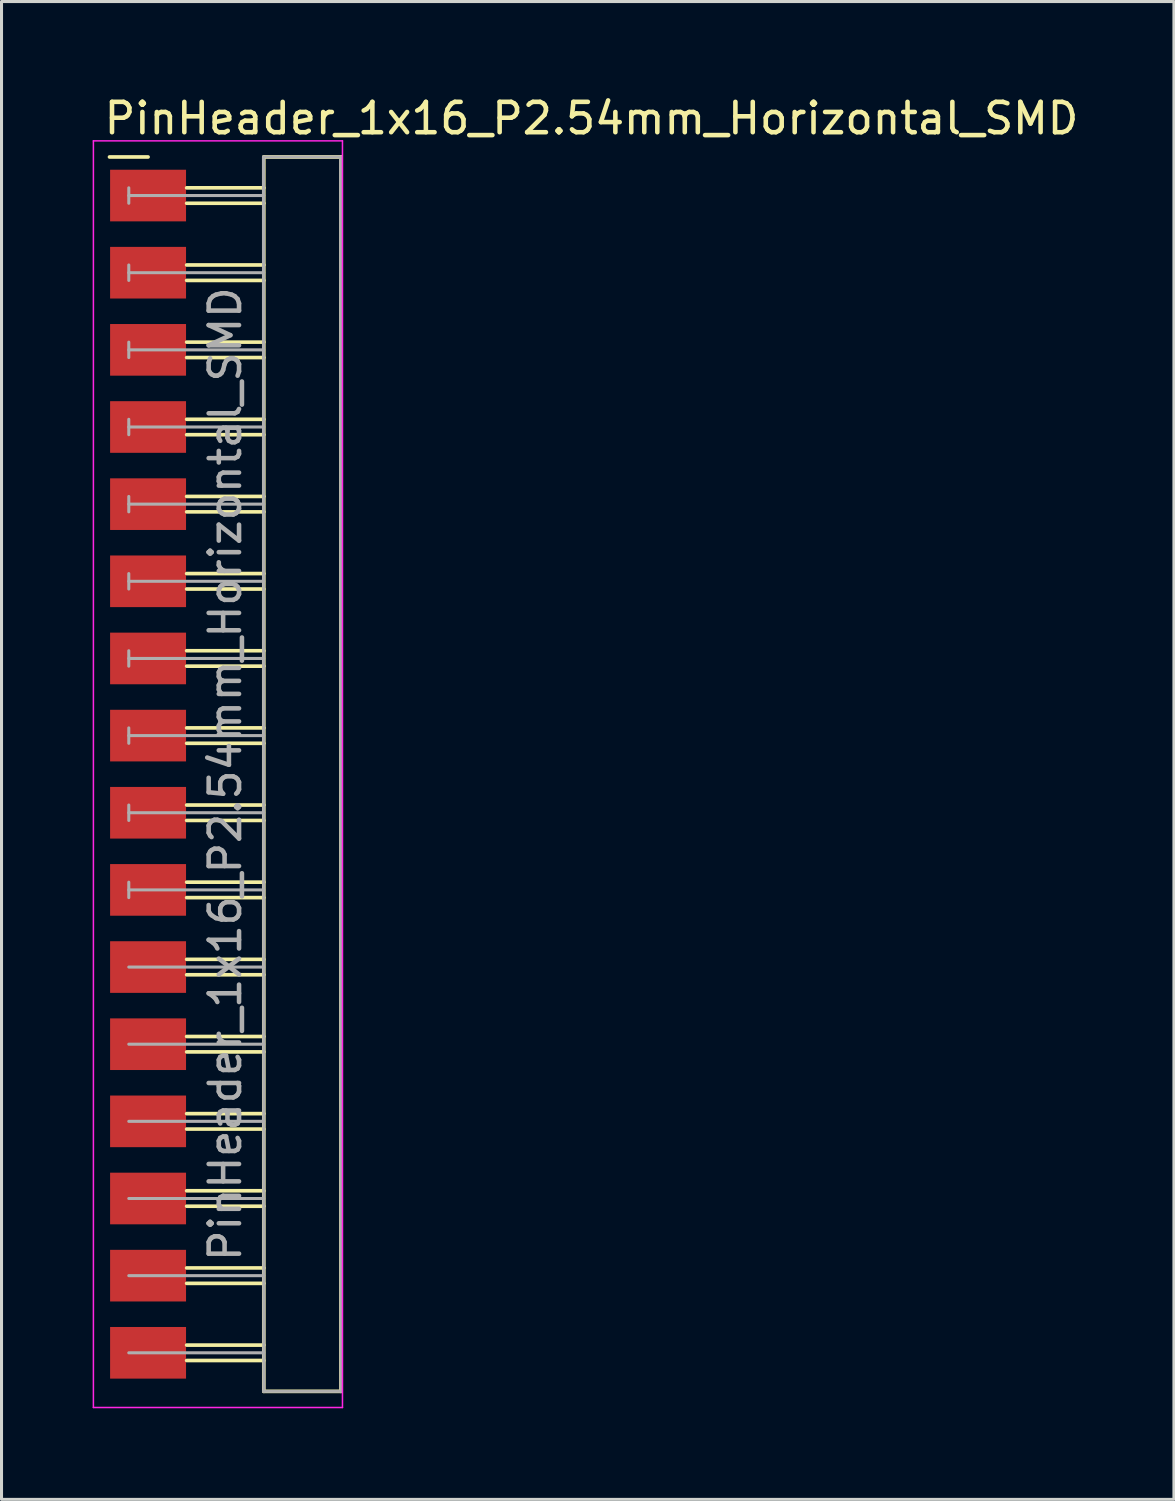
<source format=kicad_pcb>
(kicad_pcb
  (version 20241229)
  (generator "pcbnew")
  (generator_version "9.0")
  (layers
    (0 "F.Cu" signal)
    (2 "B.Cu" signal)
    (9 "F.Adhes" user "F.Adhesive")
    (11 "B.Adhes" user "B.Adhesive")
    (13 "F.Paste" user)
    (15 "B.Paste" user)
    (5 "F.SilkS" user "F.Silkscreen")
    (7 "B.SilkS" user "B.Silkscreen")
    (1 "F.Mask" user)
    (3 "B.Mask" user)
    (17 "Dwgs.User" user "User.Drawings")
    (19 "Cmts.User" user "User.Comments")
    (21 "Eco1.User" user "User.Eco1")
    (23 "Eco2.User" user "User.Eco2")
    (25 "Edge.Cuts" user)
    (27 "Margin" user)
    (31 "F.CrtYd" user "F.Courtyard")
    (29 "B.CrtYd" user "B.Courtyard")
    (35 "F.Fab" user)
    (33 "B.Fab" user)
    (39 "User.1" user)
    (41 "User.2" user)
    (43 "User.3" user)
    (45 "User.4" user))
  (footprint "PinHeader_1x16_P2.54mm_Horizontal_SMD"
    (layer "F.Cu")
    (at 1.825 3.388)
    (property "Reference" "PinHeader_1x16_P2.54mm_Horizontal_SMD" (at -1.524 -2.54 180) (layer "F.SilkS") (effects (font (size 1 1) (thickness 0.15)) (justify left)))
    (attr smd)
    (fp_line (start -1.27 -1.27) (end 0 -1.27) (stroke (width 0.12) (type solid)) (layer "F.SilkS"))
    (fp_line (start 3.81 -1.27) (end 6.35 -1.27) (stroke (width 0.12) (type solid)) (layer "F.SilkS"))
    (fp_line (start 3.81 -0.254) (end 1.27 -0.254) (stroke (width 0.12) (type solid)) (layer "F.SilkS"))
    (fp_line (start 3.81 0.254) (end 1.27 0.254) (stroke (width 0.12) (type solid)) (layer "F.SilkS"))
    (fp_line (start 3.81 2.286) (end 1.27 2.286) (stroke (width 0.12) (type solid)) (layer "F.SilkS"))
    (fp_line (start 3.81 2.794) (end 1.27 2.794) (stroke (width 0.12) (type solid)) (layer "F.SilkS"))
    (fp_line (start 3.81 4.826) (end 1.27 4.826) (stroke (width 0.12) (type solid)) (layer "F.SilkS"))
    (fp_line (start 3.81 5.334) (end 1.27 5.334) (stroke (width 0.12) (type solid)) (layer "F.SilkS"))
    (fp_line (start 3.81 7.366) (end 1.27 7.366) (stroke (width 0.12) (type solid)) (layer "F.SilkS"))
    (fp_line (start 3.81 7.874) (end 1.27 7.874) (stroke (width 0.12) (type solid)) (layer "F.SilkS"))
    (fp_line (start 3.81 9.906) (end 1.27 9.906) (stroke (width 0.12) (type solid)) (layer "F.SilkS"))
    (fp_line (start 3.81 10.414) (end 1.27 10.414) (stroke (width 0.12) (type solid)) (layer "F.SilkS"))
    (fp_line (start 3.81 12.446) (end 1.27 12.446) (stroke (width 0.12) (type solid)) (layer "F.SilkS"))
    (fp_line (start 3.81 12.954) (end 1.27 12.954) (stroke (width 0.12) (type solid)) (layer "F.SilkS"))
    (fp_line (start 3.81 14.986) (end 1.27 14.986) (stroke (width 0.12) (type solid)) (layer "F.SilkS"))
    (fp_line (start 3.81 15.494) (end 1.27 15.494) (stroke (width 0.12) (type solid)) (layer "F.SilkS"))
    (fp_line (start 3.81 17.526) (end 1.27 17.526) (stroke (width 0.12) (type solid)) (layer "F.SilkS"))
    (fp_line (start 3.81 18.034) (end 1.27 18.034) (stroke (width 0.12) (type solid)) (layer "F.SilkS"))
    (fp_line (start 3.81 20.066) (end 1.27 20.066) (stroke (width 0.12) (type solid)) (layer "F.SilkS"))
    (fp_line (start 3.81 20.574) (end 1.27 20.574) (stroke (width 0.12) (type solid)) (layer "F.SilkS"))
    (fp_line (start 3.81 22.606) (end 1.27 22.606) (stroke (width 0.12) (type solid)) (layer "F.SilkS"))
    (fp_line (start 3.81 23.114) (end 1.27 23.114) (stroke (width 0.12) (type solid)) (layer "F.SilkS"))
    (fp_line (start 3.81 25.146) (end 1.27 25.146) (stroke (width 0.12) (type solid)) (layer "F.SilkS"))
    (fp_line (start 3.81 25.654) (end 1.27 25.654) (stroke (width 0.12) (type solid)) (layer "F.SilkS"))
    (fp_line (start 3.81 27.686) (end 1.27 27.686) (stroke (width 0.12) (type solid)) (layer "F.SilkS"))
    (fp_line (start 3.81 28.194) (end 1.27 28.194) (stroke (width 0.12) (type solid)) (layer "F.SilkS"))
    (fp_line (start 3.81 30.226) (end 1.27 30.226) (stroke (width 0.12) (type solid)) (layer "F.SilkS"))
    (fp_line (start 3.81 30.734) (end 1.27 30.734) (stroke (width 0.12) (type solid)) (layer "F.SilkS"))
    (fp_line (start 3.81 32.766) (end 1.27 32.766) (stroke (width 0.12) (type solid)) (layer "F.SilkS"))
    (fp_line (start 3.81 33.274) (end 1.27 33.274) (stroke (width 0.12) (type solid)) (layer "F.SilkS"))
    (fp_line (start 3.81 35.306) (end 1.27 35.306) (stroke (width 0.12) (type solid)) (layer "F.SilkS"))
    (fp_line (start 3.81 35.814) (end 1.27 35.814) (stroke (width 0.12) (type solid)) (layer "F.SilkS"))
    (fp_line (start 3.81 37.846) (end 1.27 37.846) (stroke (width 0.12) (type solid)) (layer "F.SilkS"))
    (fp_line (start 3.81 38.354) (end 1.27 38.354) (stroke (width 0.12) (type solid)) (layer "F.SilkS"))
    (fp_line (start 3.81 39.37) (end 3.81 -1.27) (stroke (width 0.12) (type solid)) (layer "F.SilkS"))
    (fp_line (start 6.35 -1.27) (end 6.35 39.37) (stroke (width 0.12) (type solid)) (layer "F.SilkS"))
    (fp_line (start 6.35 39.37) (end 3.81 39.37) (stroke (width 0.12) (type solid)) (layer "F.SilkS"))
    (fp_line (start -1.8 -1.8) (end -1.8 39.9) (stroke (width 0.05) (type solid)) (layer "F.CrtYd"))
    (fp_line (start -1.8 39.9) (end 6.4 39.9) (stroke (width 0.05) (type solid)) (layer "F.CrtYd"))
    (fp_line (start 6.4 -1.8) (end -1.8 -1.8) (stroke (width 0.05) (type solid)) (layer "F.CrtYd"))
    (fp_line (start 6.4 39.9) (end 6.4 -1.8) (stroke (width 0.05) (type solid)) (layer "F.CrtYd"))
    (fp_line (start -0.635 -0.254) (end -0.635 0.254) (stroke (width 0.1) (type solid)) (layer "F.Fab"))
    (fp_line (start -0.635 2.286) (end -0.635 2.794) (stroke (width 0.1) (type solid)) (layer "F.Fab"))
    (fp_line (start -0.635 4.826) (end -0.635 5.334) (stroke (width 0.1) (type solid)) (layer "F.Fab"))
    (fp_line (start -0.635 7.366) (end -0.635 7.874) (stroke (width 0.1) (type solid)) (layer "F.Fab"))
    (fp_line (start -0.635 9.906) (end -0.635 10.414) (stroke (width 0.1) (type solid)) (layer "F.Fab"))
    (fp_line (start -0.635 12.446) (end -0.635 12.954) (stroke (width 0.1) (type solid)) (layer "F.Fab"))
    (fp_line (start -0.635 14.986) (end -0.635 15.494) (stroke (width 0.1) (type solid)) (layer "F.Fab"))
    (fp_line (start -0.635 17.526) (end -0.635 18.034) (stroke (width 0.1) (type solid)) (layer "F.Fab"))
    (fp_line (start -0.635 20.066) (end -0.635 20.574) (stroke (width 0.1) (type solid)) (layer "F.Fab"))
    (fp_line (start -0.635 22.606) (end -0.635 23.114) (stroke (width 0.1) (type solid)) (layer "F.Fab"))
    (fp_line (start 3.8 -1.27) (end 6.34 -1.27) (stroke (width 0.1) (type solid)) (layer "F.Fab"))
    (fp_line (start 3.8 39.37) (end 6.35 39.37) (stroke (width 0.1) (type solid)) (layer "F.Fab"))
    (fp_line (start 3.81 0) (end -0.635 0) (stroke (width 0.1) (type solid)) (layer "F.Fab"))
    (fp_line (start 3.81 2.54) (end -0.635 2.54) (stroke (width 0.1) (type solid)) (layer "F.Fab"))
    (fp_line (start 3.81 5.08) (end -0.635 5.08) (stroke (width 0.1) (type solid)) (layer "F.Fab"))
    (fp_line (start 3.81 7.62) (end -0.635 7.62) (stroke (width 0.1) (type solid)) (layer "F.Fab"))
    (fp_line (start 3.81 10.16) (end -0.635 10.16) (stroke (width 0.1) (type solid)) (layer "F.Fab"))
    (fp_line (start 3.81 12.7) (end -0.635 12.7) (stroke (width 0.1) (type solid)) (layer "F.Fab"))
    (fp_line (start 3.81 15.24) (end -0.635 15.24) (stroke (width 0.1) (type solid)) (layer "F.Fab"))
    (fp_line (start 3.81 17.78) (end -0.635 17.78) (stroke (width 0.1) (type solid)) (layer "F.Fab"))
    (fp_line (start 3.81 20.32) (end -0.635 20.32) (stroke (width 0.1) (type solid)) (layer "F.Fab"))
    (fp_line (start 3.81 22.86) (end -0.635 22.86) (stroke (width 0.1) (type solid)) (layer "F.Fab"))
    (fp_line (start 3.81 25.4) (end -0.635 25.4) (stroke (width 0.1) (type solid)) (layer "F.Fab"))
    (fp_line (start 3.81 27.94) (end -0.635 27.94) (stroke (width 0.1) (type solid)) (layer "F.Fab"))
    (fp_line (start 3.81 30.48) (end -0.635 30.48) (stroke (width 0.1) (type solid)) (layer "F.Fab"))
    (fp_line (start 3.81 33.02) (end -0.635 33.02) (stroke (width 0.1) (type solid)) (layer "F.Fab"))
    (fp_line (start 3.81 35.56) (end -0.635 35.56) (stroke (width 0.1) (type solid)) (layer "F.Fab"))
    (fp_line (start 3.81 38.1) (end -0.635 38.1) (stroke (width 0.1) (type solid)) (layer "F.Fab"))
    (fp_line (start 3.81 39.37) (end 3.8 -1.27) (stroke (width 0.1) (type solid)) (layer "F.Fab"))
    (fp_line (start 6.34 -1.27) (end 6.35 39.37) (stroke (width 0.1) (type solid)) (layer "F.Fab"))
    (fp_text user "${REFERENCE}" (at 2.54 19.05 90) (layer "F.Fab") (effects (font (size 1 1) (thickness 0.15))))
    (pad "1" smd rect (at 0 0) (size 2.5 1.7) (layers "F.Cu" "F.Mask" "F.Paste"))
    (pad "2" smd rect (at 0 2.54) (size 2.5 1.7) (layers "F.Cu" "F.Mask" "F.Paste"))
    (pad "3" smd rect (at 0 5.08) (size 2.5 1.7) (layers "F.Cu" "F.Mask" "F.Paste"))
    (pad "4" smd rect (at 0 7.62) (size 2.5 1.7) (layers "F.Cu" "F.Mask" "F.Paste"))
    (pad "5" smd rect (at 0 10.16) (size 2.5 1.7) (layers "F.Cu" "F.Mask" "F.Paste"))
    (pad "6" smd rect (at 0 12.7) (size 2.5 1.7) (layers "F.Cu" "F.Mask" "F.Paste"))
    (pad "7" smd rect (at 0 15.24) (size 2.5 1.7) (layers "F.Cu" "F.Mask" "F.Paste"))
    (pad "8" smd rect (at 0 17.78) (size 2.5 1.7) (layers "F.Cu" "F.Mask" "F.Paste"))
    (pad "9" smd rect (at 0 20.32) (size 2.5 1.7) (layers "F.Cu" "F.Mask" "F.Paste"))
    (pad "10" smd rect (at 0 22.86) (size 2.5 1.7) (layers "F.Cu" "F.Mask" "F.Paste"))
    (pad "11" smd rect (at 0 25.4) (size 2.5 1.7) (layers "F.Cu" "F.Mask" "F.Paste"))
    (pad "12" smd rect (at 0 27.94) (size 2.5 1.7) (layers "F.Cu" "F.Mask" "F.Paste"))
    (pad "13" smd rect (at 0 30.48) (size 2.5 1.7) (layers "F.Cu" "F.Mask" "F.Paste"))
    (pad "14" smd rect (at 0 33.02) (size 2.5 1.7) (layers "F.Cu" "F.Mask" "F.Paste"))
    (pad "15" smd rect (at 0 35.56) (size 2.5 1.7) (layers "F.Cu" "F.Mask" "F.Paste"))
    (pad "16" smd rect (at 0 38.1) (size 2.5 1.7) (layers "F.Cu" "F.Mask" "F.Paste")))
  (gr_rect
    (start -3 -3)
    (end 35.599 46.313)
    (stroke (width 0.1) (type default))
    (fill no)
    (layer "Edge.Cuts")))
</source>
